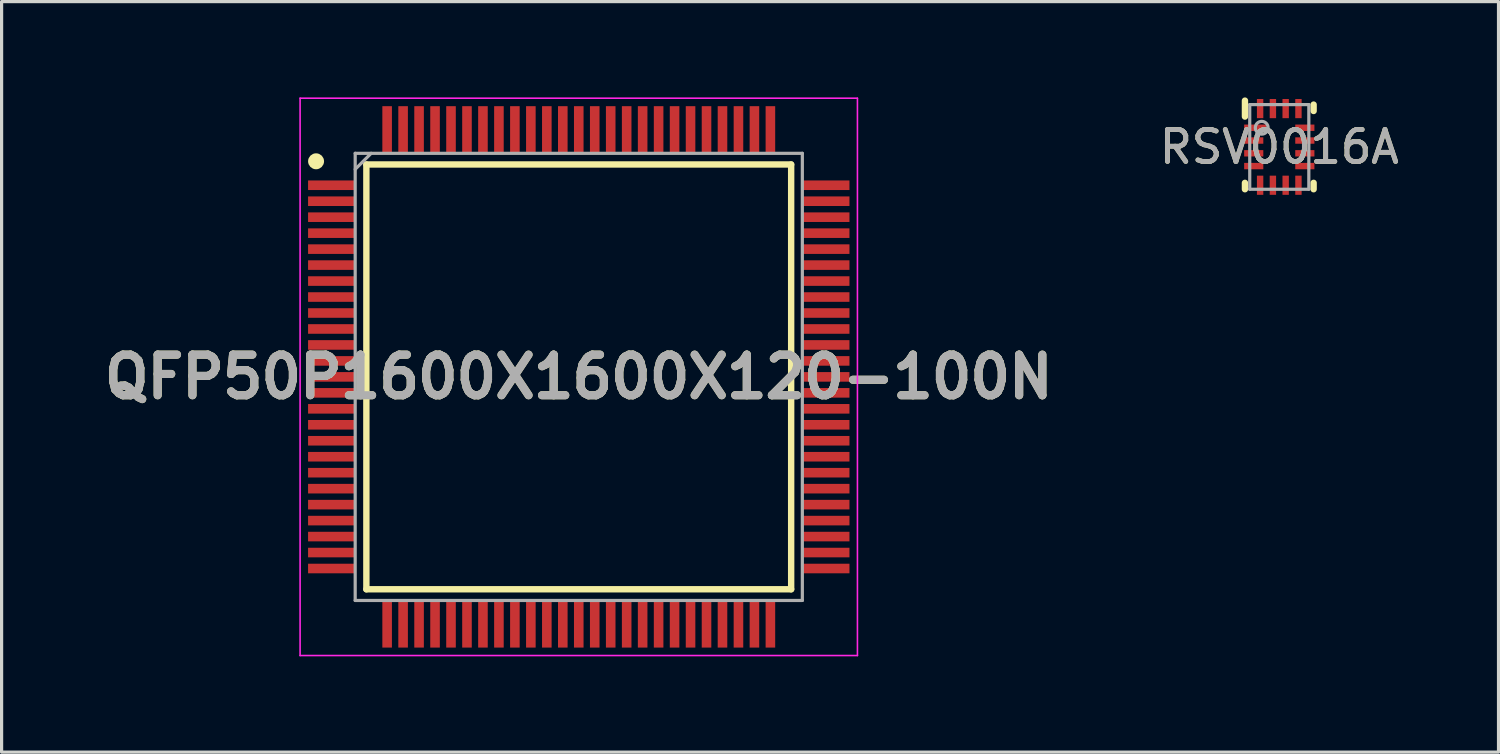
<source format=kicad_pcb>
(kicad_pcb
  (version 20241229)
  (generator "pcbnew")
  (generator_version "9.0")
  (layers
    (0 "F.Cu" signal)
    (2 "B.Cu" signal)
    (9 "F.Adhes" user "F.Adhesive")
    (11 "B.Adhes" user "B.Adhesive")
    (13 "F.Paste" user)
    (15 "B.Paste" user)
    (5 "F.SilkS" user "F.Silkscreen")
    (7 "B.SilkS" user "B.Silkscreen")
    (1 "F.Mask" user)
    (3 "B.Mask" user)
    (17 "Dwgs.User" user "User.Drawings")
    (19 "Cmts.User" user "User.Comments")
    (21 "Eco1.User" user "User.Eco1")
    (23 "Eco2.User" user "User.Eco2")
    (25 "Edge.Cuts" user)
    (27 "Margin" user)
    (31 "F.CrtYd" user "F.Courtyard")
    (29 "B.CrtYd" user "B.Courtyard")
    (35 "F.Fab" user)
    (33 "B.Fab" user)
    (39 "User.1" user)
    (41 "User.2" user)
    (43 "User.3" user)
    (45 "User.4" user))
  (footprint "QFP50P1600X1600X120-100N"
    (layer "F.Cu")
    (at 15.071 8.75)
    (property "Reference" "QFP50P1600X1600X120-100N" (at 0 0 0) (layer "F.SilkS") (effects (font (size 1.27 1.27) (thickness 0.254))))
    (attr smd)
    (fp_line (start -6.65 -6.65) (end 6.65 -6.65) (stroke (width 0.2) (type solid)) (layer "F.SilkS"))
    (fp_line (start -6.65 6.65) (end -6.65 -6.65) (stroke (width 0.2) (type solid)) (layer "F.SilkS"))
    (fp_line (start 6.65 -6.65) (end 6.65 6.65) (stroke (width 0.2) (type solid)) (layer "F.SilkS"))
    (fp_line (start 6.65 6.65) (end -6.65 6.65) (stroke (width 0.2) (type solid)) (layer "F.SilkS"))
    (fp_circle (center -8.225 -6.75) (end -8.225 -6.625) (stroke (width 0.25) (type solid)) (fill no) (layer "F.SilkS"))
    (fp_line (start -8.725 -8.725) (end 8.725 -8.725) (stroke (width 0.05) (type solid)) (layer "F.CrtYd"))
    (fp_line (start -8.725 8.725) (end -8.725 -8.725) (stroke (width 0.05) (type solid)) (layer "F.CrtYd"))
    (fp_line (start 8.725 -8.725) (end 8.725 8.725) (stroke (width 0.05) (type solid)) (layer "F.CrtYd"))
    (fp_line (start 8.725 8.725) (end -8.725 8.725) (stroke (width 0.05) (type solid)) (layer "F.CrtYd"))
    (fp_line (start -7 -7) (end 7 -7) (stroke (width 0.1) (type solid)) (layer "F.Fab"))
    (fp_line (start -7 -6.5) (end -6.5 -7) (stroke (width 0.1) (type solid)) (layer "F.Fab"))
    (fp_line (start -7 7) (end -7 -7) (stroke (width 0.1) (type solid)) (layer "F.Fab"))
    (fp_line (start 7 -7) (end 7 7) (stroke (width 0.1) (type solid)) (layer "F.Fab"))
    (fp_line (start 7 7) (end -7 7) (stroke (width 0.1) (type solid)) (layer "F.Fab"))
    (fp_text user "${REFERENCE}" (at 0 0 0) (layer "F.Fab") (effects (font (size 1.27 1.27) (thickness 0.254))))
    (pad "1" smd rect (at -7.738 -6 90) (size 0.3 1.475) (layers "F.Cu" "F.Mask" "F.Paste"))
    (pad "2" smd rect (at -7.738 -5.5 90) (size 0.3 1.475) (layers "F.Cu" "F.Mask" "F.Paste"))
    (pad "3" smd rect (at -7.738 -5 90) (size 0.3 1.475) (layers "F.Cu" "F.Mask" "F.Paste"))
    (pad "4" smd rect (at -7.738 -4.5 90) (size 0.3 1.475) (layers "F.Cu" "F.Mask" "F.Paste"))
    (pad "5" smd rect (at -7.738 -4 90) (size 0.3 1.475) (layers "F.Cu" "F.Mask" "F.Paste"))
    (pad "6" smd rect (at -7.738 -3.5 90) (size 0.3 1.475) (layers "F.Cu" "F.Mask" "F.Paste"))
    (pad "7" smd rect (at -7.738 -3 90) (size 0.3 1.475) (layers "F.Cu" "F.Mask" "F.Paste"))
    (pad "8" smd rect (at -7.738 -2.5 90) (size 0.3 1.475) (layers "F.Cu" "F.Mask" "F.Paste"))
    (pad "9" smd rect (at -7.738 -2 90) (size 0.3 1.475) (layers "F.Cu" "F.Mask" "F.Paste"))
    (pad "10" smd rect (at -7.738 -1.5 90) (size 0.3 1.475) (layers "F.Cu" "F.Mask" "F.Paste"))
    (pad "11" smd rect (at -7.738 -1 90) (size 0.3 1.475) (layers "F.Cu" "F.Mask" "F.Paste"))
    (pad "12" smd rect (at -7.738 -0.5 90) (size 0.3 1.475) (layers "F.Cu" "F.Mask" "F.Paste"))
    (pad "13" smd rect (at -7.738 0 90) (size 0.3 1.475) (layers "F.Cu" "F.Mask" "F.Paste"))
    (pad "14" smd rect (at -7.738 0.5 90) (size 0.3 1.475) (layers "F.Cu" "F.Mask" "F.Paste"))
    (pad "15" smd rect (at -7.738 1 90) (size 0.3 1.475) (layers "F.Cu" "F.Mask" "F.Paste"))
    (pad "16" smd rect (at -7.738 1.5 90) (size 0.3 1.475) (layers "F.Cu" "F.Mask" "F.Paste"))
    (pad "17" smd rect (at -7.738 2 90) (size 0.3 1.475) (layers "F.Cu" "F.Mask" "F.Paste"))
    (pad "18" smd rect (at -7.738 2.5 90) (size 0.3 1.475) (layers "F.Cu" "F.Mask" "F.Paste"))
    (pad "19" smd rect (at -7.738 3 90) (size 0.3 1.475) (layers "F.Cu" "F.Mask" "F.Paste"))
    (pad "20" smd rect (at -7.738 3.5 90) (size 0.3 1.475) (layers "F.Cu" "F.Mask" "F.Paste"))
    (pad "21" smd rect (at -7.738 4 90) (size 0.3 1.475) (layers "F.Cu" "F.Mask" "F.Paste"))
    (pad "22" smd rect (at -7.738 4.5 90) (size 0.3 1.475) (layers "F.Cu" "F.Mask" "F.Paste"))
    (pad "23" smd rect (at -7.738 5 90) (size 0.3 1.475) (layers "F.Cu" "F.Mask" "F.Paste"))
    (pad "24" smd rect (at -7.738 5.5 90) (size 0.3 1.475) (layers "F.Cu" "F.Mask" "F.Paste"))
    (pad "25" smd rect (at -7.738 6 90) (size 0.3 1.475) (layers "F.Cu" "F.Mask" "F.Paste"))
    (pad "26" smd rect (at -6 7.738) (size 0.3 1.475) (layers "F.Cu" "F.Mask" "F.Paste"))
    (pad "27" smd rect (at -5.5 7.738) (size 0.3 1.475) (layers "F.Cu" "F.Mask" "F.Paste"))
    (pad "28" smd rect (at -5 7.738) (size 0.3 1.475) (layers "F.Cu" "F.Mask" "F.Paste"))
    (pad "29" smd rect (at -4.5 7.738) (size 0.3 1.475) (layers "F.Cu" "F.Mask" "F.Paste"))
    (pad "30" smd rect (at -4 7.738) (size 0.3 1.475) (layers "F.Cu" "F.Mask" "F.Paste"))
    (pad "31" smd rect (at -3.5 7.738) (size 0.3 1.475) (layers "F.Cu" "F.Mask" "F.Paste"))
    (pad "32" smd rect (at -3 7.738) (size 0.3 1.475) (layers "F.Cu" "F.Mask" "F.Paste"))
    (pad "33" smd rect (at -2.5 7.738) (size 0.3 1.475) (layers "F.Cu" "F.Mask" "F.Paste"))
    (pad "34" smd rect (at -2 7.738) (size 0.3 1.475) (layers "F.Cu" "F.Mask" "F.Paste"))
    (pad "35" smd rect (at -1.5 7.738) (size 0.3 1.475) (layers "F.Cu" "F.Mask" "F.Paste"))
    (pad "36" smd rect (at -1 7.738) (size 0.3 1.475) (layers "F.Cu" "F.Mask" "F.Paste"))
    (pad "37" smd rect (at -0.5 7.738) (size 0.3 1.475) (layers "F.Cu" "F.Mask" "F.Paste"))
    (pad "38" smd rect (at 0 7.738) (size 0.3 1.475) (layers "F.Cu" "F.Mask" "F.Paste"))
    (pad "39" smd rect (at 0.5 7.738) (size 0.3 1.475) (layers "F.Cu" "F.Mask" "F.Paste"))
    (pad "40" smd rect (at 1 7.738) (size 0.3 1.475) (layers "F.Cu" "F.Mask" "F.Paste"))
    (pad "41" smd rect (at 1.5 7.738) (size 0.3 1.475) (layers "F.Cu" "F.Mask" "F.Paste"))
    (pad "42" smd rect (at 2 7.738) (size 0.3 1.475) (layers "F.Cu" "F.Mask" "F.Paste"))
    (pad "43" smd rect (at 2.5 7.738) (size 0.3 1.475) (layers "F.Cu" "F.Mask" "F.Paste"))
    (pad "44" smd rect (at 3 7.738) (size 0.3 1.475) (layers "F.Cu" "F.Mask" "F.Paste"))
    (pad "45" smd rect (at 3.5 7.738) (size 0.3 1.475) (layers "F.Cu" "F.Mask" "F.Paste"))
    (pad "46" smd rect (at 4 7.738) (size 0.3 1.475) (layers "F.Cu" "F.Mask" "F.Paste"))
    (pad "47" smd rect (at 4.5 7.738) (size 0.3 1.475) (layers "F.Cu" "F.Mask" "F.Paste"))
    (pad "48" smd rect (at 5 7.738) (size 0.3 1.475) (layers "F.Cu" "F.Mask" "F.Paste"))
    (pad "49" smd rect (at 5.5 7.738) (size 0.3 1.475) (layers "F.Cu" "F.Mask" "F.Paste"))
    (pad "50" smd rect (at 6 7.738) (size 0.3 1.475) (layers "F.Cu" "F.Mask" "F.Paste"))
    (pad "51" smd rect (at 7.738 6 90) (size 0.3 1.475) (layers "F.Cu" "F.Mask" "F.Paste"))
    (pad "52" smd rect (at 7.738 5.5 90) (size 0.3 1.475) (layers "F.Cu" "F.Mask" "F.Paste"))
    (pad "53" smd rect (at 7.738 5 90) (size 0.3 1.475) (layers "F.Cu" "F.Mask" "F.Paste"))
    (pad "54" smd rect (at 7.738 4.5 90) (size 0.3 1.475) (layers "F.Cu" "F.Mask" "F.Paste"))
    (pad "55" smd rect (at 7.738 4 90) (size 0.3 1.475) (layers "F.Cu" "F.Mask" "F.Paste"))
    (pad "56" smd rect (at 7.738 3.5 90) (size 0.3 1.475) (layers "F.Cu" "F.Mask" "F.Paste"))
    (pad "57" smd rect (at 7.738 3 90) (size 0.3 1.475) (layers "F.Cu" "F.Mask" "F.Paste"))
    (pad "58" smd rect (at 7.738 2.5 90) (size 0.3 1.475) (layers "F.Cu" "F.Mask" "F.Paste"))
    (pad "59" smd rect (at 7.738 2 90) (size 0.3 1.475) (layers "F.Cu" "F.Mask" "F.Paste"))
    (pad "60" smd rect (at 7.738 1.5 90) (size 0.3 1.475) (layers "F.Cu" "F.Mask" "F.Paste"))
    (pad "61" smd rect (at 7.738 1 90) (size 0.3 1.475) (layers "F.Cu" "F.Mask" "F.Paste"))
    (pad "62" smd rect (at 7.738 0.5 90) (size 0.3 1.475) (layers "F.Cu" "F.Mask" "F.Paste"))
    (pad "63" smd rect (at 7.738 0 90) (size 0.3 1.475) (layers "F.Cu" "F.Mask" "F.Paste"))
    (pad "64" smd rect (at 7.738 -0.5 90) (size 0.3 1.475) (layers "F.Cu" "F.Mask" "F.Paste"))
    (pad "65" smd rect (at 7.738 -1 90) (size 0.3 1.475) (layers "F.Cu" "F.Mask" "F.Paste"))
    (pad "66" smd rect (at 7.738 -1.5 90) (size 0.3 1.475) (layers "F.Cu" "F.Mask" "F.Paste"))
    (pad "67" smd rect (at 7.738 -2 90) (size 0.3 1.475) (layers "F.Cu" "F.Mask" "F.Paste"))
    (pad "68" smd rect (at 7.738 -2.5 90) (size 0.3 1.475) (layers "F.Cu" "F.Mask" "F.Paste"))
    (pad "69" smd rect (at 7.738 -3 90) (size 0.3 1.475) (layers "F.Cu" "F.Mask" "F.Paste"))
    (pad "70" smd rect (at 7.738 -3.5 90) (size 0.3 1.475) (layers "F.Cu" "F.Mask" "F.Paste"))
    (pad "71" smd rect (at 7.738 -4 90) (size 0.3 1.475) (layers "F.Cu" "F.Mask" "F.Paste"))
    (pad "72" smd rect (at 7.738 -4.5 90) (size 0.3 1.475) (layers "F.Cu" "F.Mask" "F.Paste"))
    (pad "73" smd rect (at 7.738 -5 90) (size 0.3 1.475) (layers "F.Cu" "F.Mask" "F.Paste"))
    (pad "74" smd rect (at 7.738 -5.5 90) (size 0.3 1.475) (layers "F.Cu" "F.Mask" "F.Paste"))
    (pad "75" smd rect (at 7.738 -6 90) (size 0.3 1.475) (layers "F.Cu" "F.Mask" "F.Paste"))
    (pad "76" smd rect (at 6 -7.738) (size 0.3 1.475) (layers "F.Cu" "F.Mask" "F.Paste"))
    (pad "77" smd rect (at 5.5 -7.738) (size 0.3 1.475) (layers "F.Cu" "F.Mask" "F.Paste"))
    (pad "78" smd rect (at 5 -7.738) (size 0.3 1.475) (layers "F.Cu" "F.Mask" "F.Paste"))
    (pad "79" smd rect (at 4.5 -7.738) (size 0.3 1.475) (layers "F.Cu" "F.Mask" "F.Paste"))
    (pad "80" smd rect (at 4 -7.738) (size 0.3 1.475) (layers "F.Cu" "F.Mask" "F.Paste"))
    (pad "81" smd rect (at 3.5 -7.738) (size 0.3 1.475) (layers "F.Cu" "F.Mask" "F.Paste"))
    (pad "82" smd rect (at 3 -7.738) (size 0.3 1.475) (layers "F.Cu" "F.Mask" "F.Paste"))
    (pad "83" smd rect (at 2.5 -7.738) (size 0.3 1.475) (layers "F.Cu" "F.Mask" "F.Paste"))
    (pad "84" smd rect (at 2 -7.738) (size 0.3 1.475) (layers "F.Cu" "F.Mask" "F.Paste"))
    (pad "85" smd rect (at 1.5 -7.738) (size 0.3 1.475) (layers "F.Cu" "F.Mask" "F.Paste"))
    (pad "86" smd rect (at 1 -7.738) (size 0.3 1.475) (layers "F.Cu" "F.Mask" "F.Paste"))
    (pad "87" smd rect (at 0.5 -7.738) (size 0.3 1.475) (layers "F.Cu" "F.Mask" "F.Paste"))
    (pad "88" smd rect (at 0 -7.738) (size 0.3 1.475) (layers "F.Cu" "F.Mask" "F.Paste"))
    (pad "89" smd rect (at -0.5 -7.738) (size 0.3 1.475) (layers "F.Cu" "F.Mask" "F.Paste"))
    (pad "90" smd rect (at -1 -7.738) (size 0.3 1.475) (layers "F.Cu" "F.Mask" "F.Paste"))
    (pad "91" smd rect (at -1.5 -7.738) (size 0.3 1.475) (layers "F.Cu" "F.Mask" "F.Paste"))
    (pad "92" smd rect (at -2 -7.738) (size 0.3 1.475) (layers "F.Cu" "F.Mask" "F.Paste"))
    (pad "93" smd rect (at -2.5 -7.738) (size 0.3 1.475) (layers "F.Cu" "F.Mask" "F.Paste"))
    (pad "94" smd rect (at -3 -7.738) (size 0.3 1.475) (layers "F.Cu" "F.Mask" "F.Paste"))
    (pad "95" smd rect (at -3.5 -7.738) (size 0.3 1.475) (layers "F.Cu" "F.Mask" "F.Paste"))
    (pad "96" smd rect (at -4 -7.738) (size 0.3 1.475) (layers "F.Cu" "F.Mask" "F.Paste"))
    (pad "97" smd rect (at -4.5 -7.738) (size 0.3 1.475) (layers "F.Cu" "F.Mask" "F.Paste"))
    (pad "98" smd rect (at -5 -7.738) (size 0.3 1.475) (layers "F.Cu" "F.Mask" "F.Paste"))
    (pad "99" smd rect (at -5.5 -7.738) (size 0.3 1.475) (layers "F.Cu" "F.Mask" "F.Paste"))
    (pad "100" smd rect (at -6 -7.738) (size 0.3 1.475) (layers "F.Cu" "F.Mask" "F.Paste")))
  (footprint "RSV0016A"
    (layer "F.Cu")
    (at 37.004 1.55)
    (property "Reference" "RSV0016A" (at 0 0 0) (unlocked yes) (layer "F.SilkS") (effects (font (size 1 1) (thickness 0.15))))
    (attr smd)
    (fp_line (start -1.075 1.325) (end -1.075 1.125) (stroke (width 0.2) (type solid)) (layer "F.SilkS"))
    (fp_line (start -1.075 -0.95) (end -1.075 -1.45) (stroke (width 0.2) (type solid)) (layer "F.SilkS"))
    (fp_line (start 1.075 -1.125) (end 1.075 -1.325) (stroke (width 0.2) (type solid)) (layer "F.SilkS"))
    (fp_line (start 1.075 1.325) (end 1.075 1.125) (stroke (width 0.2) (type solid)) (layer "F.SilkS"))
    (fp_line (start -0.925 -1.325) (end 0.925 -1.325) (stroke (width 0.1) (type solid)) (layer "F.Fab"))
    (fp_line (start -0.925 1.325) (end -0.925 -1.325) (stroke (width 0.1) (type solid)) (layer "F.Fab"))
    (fp_line (start -0.925 1.325) (end 0.925 1.325) (stroke (width 0.1) (type solid)) (layer "F.Fab"))
    (fp_line (start 0.925 1.325) (end 0.925 -1.325) (stroke (width 0.1) (type solid)) (layer "F.Fab"))
    (fp_circle (center -0.55 -0.6) (end -0.35 -0.6) (stroke (width 0.1) (type solid)) (fill no) (layer "F.Fab"))
    (fp_text user "${REFERENCE}" (at 0 0 0) (unlocked yes) (layer "F.Fab") (effects (font (size 1 1) (thickness 0.15))))
    (pad "1" smd rect (at -0.75 -0.6 90) (size 0.2 0.7) (layers "F.Cu" "F.Mask" "F.Paste"))
    (pad "2" smd rect (at -0.8 -0.2 90) (size 0.2 0.6) (layers "F.Cu" "F.Mask" "F.Paste"))
    (pad "3" smd rect (at -0.8 0.2 90) (size 0.2 0.6) (layers "F.Cu" "F.Mask" "F.Paste"))
    (pad "4" smd rect (at -0.8 0.6 90) (size 0.2 0.6) (layers "F.Cu" "F.Mask" "F.Paste"))
    (pad "5" smd rect (at -0.6 1.2) (size 0.2 0.6) (layers "F.Cu" "F.Mask" "F.Paste"))
    (pad "6" smd rect (at -0.2 1.2) (size 0.2 0.6) (layers "F.Cu" "F.Mask" "F.Paste"))
    (pad "7" smd rect (at 0.2 1.2) (size 0.2 0.6) (layers "F.Cu" "F.Mask" "F.Paste"))
    (pad "8" smd rect (at 0.6 1.2) (size 0.2 0.6) (layers "F.Cu" "F.Mask" "F.Paste"))
    (pad "9" smd rect (at 0.8 0.6 90) (size 0.2 0.6) (layers "F.Cu" "F.Mask" "F.Paste"))
    (pad "10" smd rect (at 0.8 0.2 90) (size 0.2 0.6) (layers "F.Cu" "F.Mask" "F.Paste"))
    (pad "11" smd rect (at 0.8 -0.2 90) (size 0.2 0.6) (layers "F.Cu" "F.Mask" "F.Paste"))
    (pad "12" smd rect (at 0.8 -0.6 90) (size 0.2 0.6) (layers "F.Cu" "F.Mask" "F.Paste"))
    (pad "13" smd rect (at 0.6 -1.2) (size 0.2 0.6) (layers "F.Cu" "F.Mask" "F.Paste"))
    (pad "14" smd rect (at 0.2 -1.2) (size 0.2 0.6) (layers "F.Cu" "F.Mask" "F.Paste"))
    (pad "15" smd rect (at -0.2 -1.2) (size 0.2 0.6) (layers "F.Cu" "F.Mask" "F.Paste"))
    (pad "16" smd rect (at -0.6 -1.2) (size 0.2 0.6) (layers "F.Cu" "F.Mask" "F.Paste")))
  (gr_rect
    (start -3 -3)
    (end 43.868 20.5)
    (stroke (width 0.1) (type default))
    (fill no)
    (layer "Edge.Cuts")))
</source>
